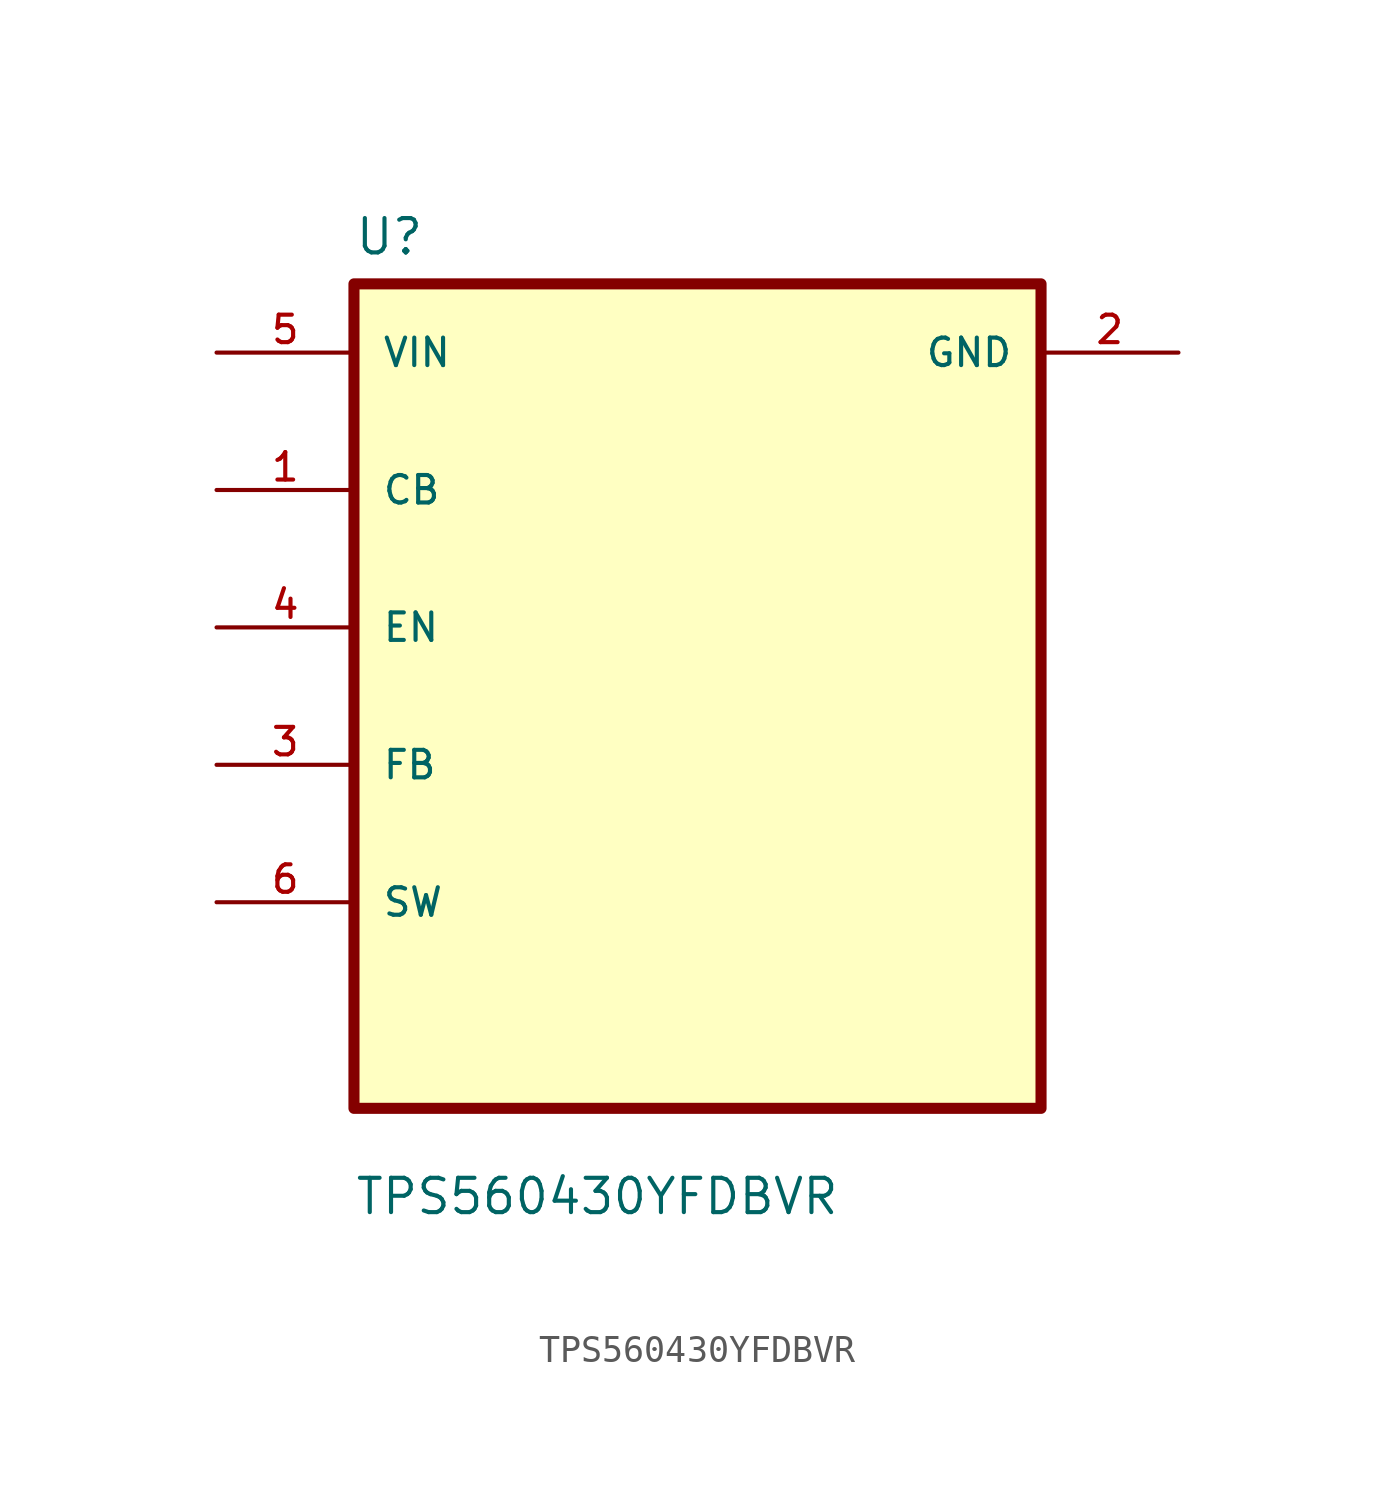
<source format=kicad_sym>
(kicad_symbol_lib
  (version 20211014)
  (generator kicad_symbol_editor)
  (symbol "TPS560430YFDBVR"
    (pin_names
      (offset 1.016))
    (property "Reference" "U"
      (at -12.7 16.24 0.0)
      (effects (font (size 1.27 1.27)) (justify bottom left)))
    (property "Value" "TPS560430YFDBVR"
      (at -12.7 -19.24 0.0)
      (effects (font (size 1.27 1.27)) (justify bottom left)))
    (symbol "TPS560430YFDBVR_0_0"
      (rectangle (start -12.7 -15.24) (end 12.7 15.24) (stroke (width 0.41)) (fill (type background)))
      (pin input line (at -17.78 12.7 0) (length 5.08) (name "VIN" (effects (font (size 1.016 1.016)))) (number "5" (effects (font (size 1.016 1.016)))))
      (pin bidirectional line (at -17.78 7.62 0) (length 5.08) (name "CB" (effects (font (size 1.016 1.016)))) (number "1" (effects (font (size 1.016 1.016)))))
      (pin bidirectional line (at -17.78 2.54 0) (length 5.08) (name "EN" (effects (font (size 1.016 1.016)))) (number "4" (effects (font (size 1.016 1.016)))))
      (pin bidirectional line (at -17.78 -2.54 0) (length 5.08) (name "FB" (effects (font (size 1.016 1.016)))) (number "3" (effects (font (size 1.016 1.016)))))
      (pin bidirectional line (at -17.78 -7.62 0) (length 5.08) (name "SW" (effects (font (size 1.016 1.016)))) (number "6" (effects (font (size 1.016 1.016)))))
      (pin power_in line (at 17.78 12.7 180.0) (length 5.08) (name "GND" (effects (font (size 1.016 1.016)))) (number "2" (effects (font (size 1.016 1.016))))))))
</source>
